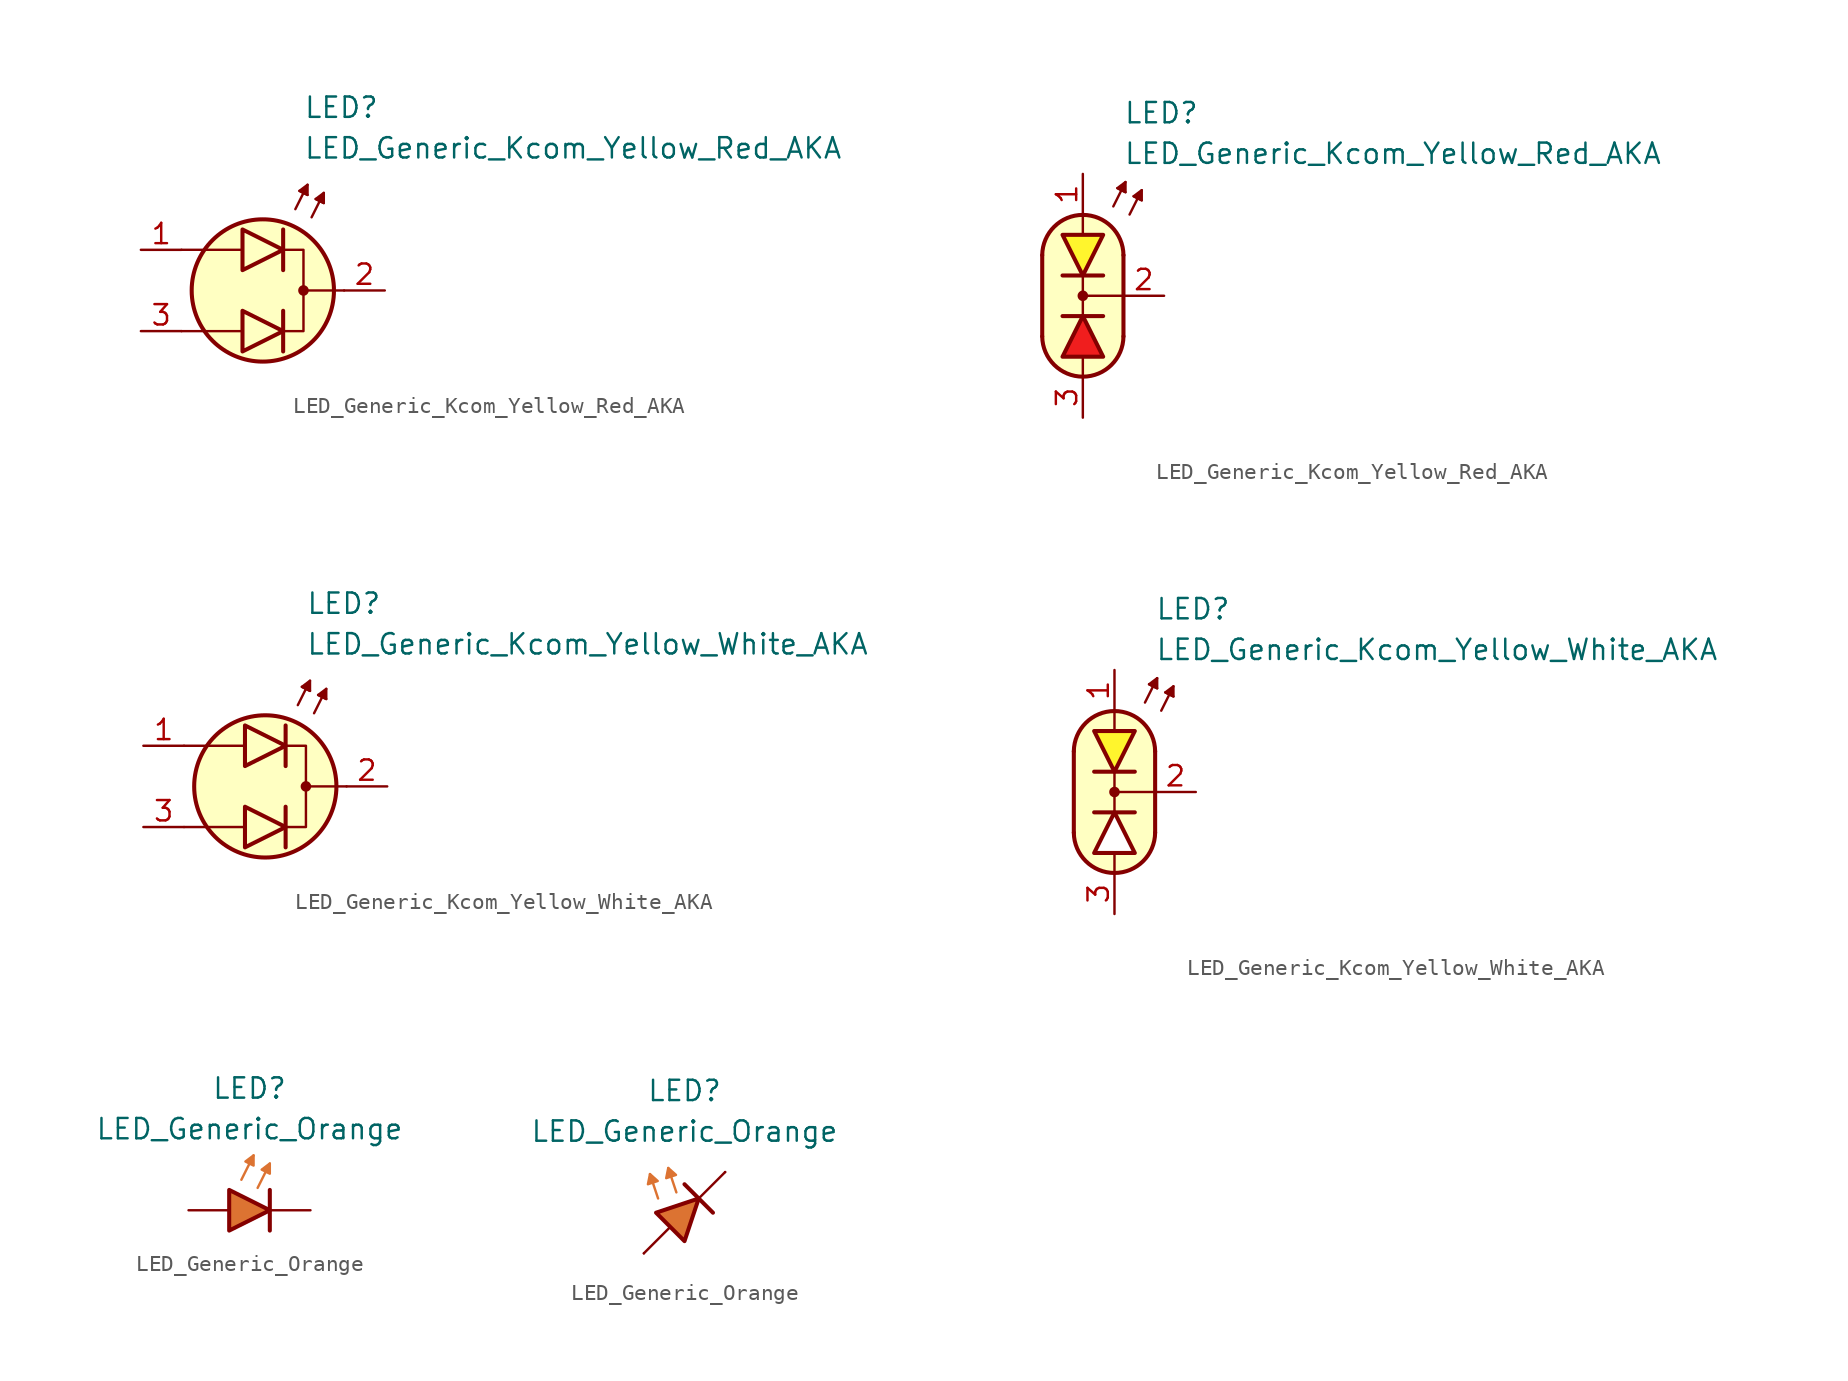
<source format=kicad_sym>
(kicad_symbol_lib
  (version 20231120)
  (generator "kicad_symbol_editor")
  (generator_version "8.0")
  (symbol "LED_Generic_Kcom_Yellow_Red_AKA"
    (pin_names
      (offset 1.016) hide)
    (property "Reference" "LED"
      (at 2.54 11.43 0)
      (effects (font (size 1.27 1.27)) (justify left)))
    (property "Value" "LED_Generic_Kcom_Yellow_Red_AKA"
      (at 2.54 8.89 0)
      (effects (font (size 1.27 1.27)) (justify left)))
    (symbol "LED_Generic_Kcom_Yellow_Red_AKA_0_1"
      (polyline (pts (xy -1.397 -2.54) (xy -5.08 -2.54)) (stroke (width 0.152) (type default)) (fill (type none)))
      (polyline (pts (xy -1.397 2.54) (xy -5.08 2.54)) (stroke (width 0.152) (type default)) (fill (type none)))
      (polyline (pts (xy 1.27 -1.27) (xy 1.27 -3.81)) (stroke (width 0.254) (type default)) (fill (type none)))
      (polyline (pts (xy 1.27 3.81) (xy 1.27 1.27)) (stroke (width 0.254) (type default)) (fill (type none)))
      (polyline (pts (xy 2.032 5.08) (xy 2.794 6.604)) (stroke (width 0.152) (type default)) (fill (type none)))
      (polyline (pts (xy 2.54 6.096) (xy 2.286 6.223)) (stroke (width 0.152) (type default)) (fill (type none)))
      (polyline (pts (xy 2.54 6.096) (xy 2.794 5.969)) (stroke (width 0.152) (type default)) (fill (type none)))
      (polyline (pts (xy 3.048 4.572) (xy 3.81 6.096)) (stroke (width 0.152) (type default)) (fill (type none)))
      (polyline (pts (xy 3.556 5.588) (xy 3.302 5.715)) (stroke (width 0.152) (type default)) (fill (type none)))
      (polyline (pts (xy 3.556 5.588) (xy 3.81 5.461)) (stroke (width 0.152) (type default)) (fill (type none)))
      (polyline (pts (xy 5.08 0) (xy 2.54 0)) (stroke (width 0.152) (type default)) (fill (type none)))
      (polyline (pts (xy -1.27 -1.27) (xy -1.27 -3.81) (xy 1.27 -2.54) (xy -1.27 -1.27)) (stroke (width 0.254) (type default)) (fill (type color) (color 240 30 30 1)))
      (polyline (pts (xy -1.27 3.81) (xy -1.27 1.27) (xy 1.27 2.54) (xy -1.27 3.81)) (stroke (width 0.254) (type default)) (fill (type color) (color 255 245 45 1)))
      (polyline (pts (xy 1.27 2.54) (xy 2.54 2.54) (xy 2.54 -2.54) (xy 1.27 -2.54)) (stroke (width 0.152) (type default)) (fill (type none)))
      (polyline (pts (xy 2.794 5.969) (xy 2.286 6.223) (xy 2.794 6.604) (xy 2.794 5.969)) (stroke (width 0.152) (type default)) (fill (type outline)))
      (polyline (pts (xy 3.81 5.461) (xy 3.302 5.715) (xy 3.81 6.096) (xy 3.81 5.461)) (stroke (width 0.152) (type default)) (fill (type outline)))
      (circle (center 0 0) (radius 4.445) (stroke (width 0.254) (type default)) (fill (type background)))
      (circle (center 2.54 0) (radius 0.254) (stroke (width 0) (type default)) (fill (type outline))))
    (symbol "LED_Generic_Kcom_Yellow_Red_AKA_0_2"
      (arc (start -2.54 -2.54) (mid 0 -5.0576) (end 2.54 -2.54) (stroke (width 0.254) (type default)) (fill (type none)))
      (polyline (pts (xy -2.54 2.54) (xy -2.54 -2.54)) (stroke (width 0.254) (type default)) (fill (type none)))
      (polyline (pts (xy -1.27 -1.27) (xy 1.27 -1.27)) (stroke (width 0.254) (type default)) (fill (type none)))
      (polyline (pts (xy 0 -5.08) (xy 0 -3.81)) (stroke (width 0) (type default)) (fill (type none)))
      (polyline (pts (xy 0 -1.27) (xy 0 1.27)) (stroke (width 0) (type default)) (fill (type none)))
      (polyline (pts (xy 0 5.08) (xy 0 3.81)) (stroke (width 0) (type default)) (fill (type none)))
      (polyline (pts (xy 1.27 1.27) (xy -1.27 1.27)) (stroke (width 0.254) (type default)) (fill (type none)))
      (polyline (pts (xy 1.905 5.588) (xy 2.667 7.112)) (stroke (width 0.152) (type default)) (fill (type none)))
      (polyline (pts (xy 2.413 6.604) (xy 2.159 6.731)) (stroke (width 0.152) (type default)) (fill (type none)))
      (polyline (pts (xy 2.413 6.604) (xy 2.667 6.477)) (stroke (width 0.152) (type default)) (fill (type none)))
      (polyline (pts (xy 2.54 -2.54) (xy 2.54 2.54)) (stroke (width 0.254) (type default)) (fill (type none)))
      (polyline (pts (xy 2.54 0) (xy 0 0)) (stroke (width 0) (type default)) (fill (type none)))
      (polyline (pts (xy 2.921 5.08) (xy 3.683 6.604)) (stroke (width 0.152) (type default)) (fill (type none)))
      (polyline (pts (xy 3.429 6.096) (xy 3.175 6.223)) (stroke (width 0.152) (type default)) (fill (type none)))
      (polyline (pts (xy 3.429 6.096) (xy 3.683 5.969)) (stroke (width 0.152) (type default)) (fill (type none)))
      (polyline (pts (xy 2.667 6.477) (xy 2.159 6.731) (xy 2.667 7.112) (xy 2.667 6.477)) (stroke (width 0.152) (type default)) (fill (type outline)))
      (polyline (pts (xy 3.683 5.969) (xy 3.175 6.223) (xy 3.683 6.604) (xy 3.683 5.969)) (stroke (width 0.152) (type default)) (fill (type outline)))
      (polyline (pts (xy 0 5.08) (xy 1.016 4.826) (xy 1.778 4.318) (xy 2.286 3.556) (xy 2.54 3.048) (xy 2.54 -2.794) (xy 2.286 -3.556) (xy 1.778 -4.318) (xy 1.016 -4.826) (xy 0.254 -5.08) (xy -0.254 -5.08) (xy -1.016 -4.826) (xy -1.524 -4.572) (xy -2.032 -4.064) (xy -2.286 -3.556) (xy -2.54 -2.794) (xy -2.54 2.794) (xy -2.286 3.556) (xy -2.032 4.064) (xy -1.524 4.572) (xy -1.016 4.826) (xy 0 5.08)) (stroke (width 0.01) (type default)) (fill (type background)))
      (circle (center 0 0) (radius 0.254) (stroke (width 0) (type default)) (fill (type outline)))
      (arc (start 2.54 2.54) (mid 0 5.0576) (end -2.54 2.54) (stroke (width 0.254) (type default)) (fill (type none))))
    (symbol "LED_Generic_Kcom_Yellow_Red_AKA_1_1"
      (pin passive line (at -7.62 2.54 0) (length 2.54) (name "A1" (effects (font (size 1.27 1.27)))) (number "1" (effects (font (size 1.27 1.27)))))
      (pin passive line (at 7.62 0 180) (length 2.54) (name "K" (effects (font (size 1.27 1.27)))) (number "2" (effects (font (size 1.27 1.27)))))
      (pin passive line (at -7.62 -2.54 0) (length 2.54) (name "A2" (effects (font (size 1.27 1.27)))) (number "3" (effects (font (size 1.27 1.27))))))
    (symbol "LED_Generic_Kcom_Yellow_Red_AKA_1_2"
      (polyline (pts (xy -1.27 -3.81) (xy 1.27 -3.81) (xy 0 -1.27) (xy -1.27 -3.81)) (stroke (width 0.254) (type default)) (fill (type color) (color 240 30 30 1)))
      (polyline (pts (xy 1.27 3.81) (xy -1.27 3.81) (xy 0 1.27) (xy 1.27 3.81)) (stroke (width 0.254) (type default)) (fill (type color) (color 255 245 45 1)))
      (pin passive line (at 0 7.62 270) (length 2.54) (name "A1" (effects (font (size 1.27 1.27)))) (number "1" (effects (font (size 1.27 1.27)))))
      (pin passive line (at 5.08 0 180) (length 2.54) (name "K" (effects (font (size 1.27 1.27)))) (number "2" (effects (font (size 1.27 1.27)))))
      (pin passive line (at 0 -7.62 90) (length 2.54) (name "A2" (effects (font (size 1.27 1.27)))) (number "3" (effects (font (size 1.27 1.27)))))))
  (symbol "LED_Generic_Kcom_Yellow_White_AKA"
    (pin_names
      (offset 1.016) hide)
    (property "Reference" "LED"
      (at 2.54 11.43 0)
      (effects (font (size 1.27 1.27)) (justify left)))
    (property "Value" "LED_Generic_Kcom_Yellow_White_AKA"
      (at 2.54 8.89 0)
      (effects (font (size 1.27 1.27)) (justify left)))
    (symbol "LED_Generic_Kcom_Yellow_White_AKA_0_1"
      (polyline (pts (xy -1.397 -2.54) (xy -5.08 -2.54)) (stroke (width 0.152) (type default)) (fill (type none)))
      (polyline (pts (xy -1.397 2.54) (xy -5.08 2.54)) (stroke (width 0.152) (type default)) (fill (type none)))
      (polyline (pts (xy 1.27 -1.27) (xy 1.27 -3.81)) (stroke (width 0.254) (type default)) (fill (type none)))
      (polyline (pts (xy 1.27 3.81) (xy 1.27 1.27)) (stroke (width 0.254) (type default)) (fill (type none)))
      (polyline (pts (xy 2.032 5.08) (xy 2.794 6.604)) (stroke (width 0.152) (type default)) (fill (type none)))
      (polyline (pts (xy 2.54 6.096) (xy 2.286 6.223)) (stroke (width 0.152) (type default)) (fill (type none)))
      (polyline (pts (xy 2.54 6.096) (xy 2.794 5.969)) (stroke (width 0.152) (type default)) (fill (type none)))
      (polyline (pts (xy 3.048 4.572) (xy 3.81 6.096)) (stroke (width 0.152) (type default)) (fill (type none)))
      (polyline (pts (xy 3.556 5.588) (xy 3.302 5.715)) (stroke (width 0.152) (type default)) (fill (type none)))
      (polyline (pts (xy 3.556 5.588) (xy 3.81 5.461)) (stroke (width 0.152) (type default)) (fill (type none)))
      (polyline (pts (xy 5.08 0) (xy 2.54 0)) (stroke (width 0.152) (type default)) (fill (type none)))
      (polyline (pts (xy -1.27 -1.27) (xy -1.27 -3.81) (xy 1.27 -2.54) (xy -1.27 -1.27)) (stroke (width 0.254) (type default)) (fill (type color) (color 255 255 255 1)))
      (polyline (pts (xy -1.27 3.81) (xy -1.27 1.27) (xy 1.27 2.54) (xy -1.27 3.81)) (stroke (width 0.254) (type default)) (fill (type color) (color 255 245 45 1)))
      (polyline (pts (xy 1.27 2.54) (xy 2.54 2.54) (xy 2.54 -2.54) (xy 1.27 -2.54)) (stroke (width 0.152) (type default)) (fill (type none)))
      (polyline (pts (xy 2.794 5.969) (xy 2.286 6.223) (xy 2.794 6.604) (xy 2.794 5.969)) (stroke (width 0.152) (type default)) (fill (type outline)))
      (polyline (pts (xy 3.81 5.461) (xy 3.302 5.715) (xy 3.81 6.096) (xy 3.81 5.461)) (stroke (width 0.152) (type default)) (fill (type outline)))
      (circle (center 0 0) (radius 4.445) (stroke (width 0.254) (type default)) (fill (type background)))
      (circle (center 2.54 0) (radius 0.254) (stroke (width 0) (type default)) (fill (type outline))))
    (symbol "LED_Generic_Kcom_Yellow_White_AKA_0_2"
      (arc (start -2.54 -2.54) (mid 0 -5.0576) (end 2.54 -2.54) (stroke (width 0.254) (type default)) (fill (type none)))
      (polyline (pts (xy -2.54 2.54) (xy -2.54 -2.54)) (stroke (width 0.254) (type default)) (fill (type none)))
      (polyline (pts (xy -1.27 -1.27) (xy 1.27 -1.27)) (stroke (width 0.254) (type default)) (fill (type none)))
      (polyline (pts (xy 0 -5.08) (xy 0 -3.81)) (stroke (width 0) (type default)) (fill (type none)))
      (polyline (pts (xy 0 -1.27) (xy 0 1.27)) (stroke (width 0) (type default)) (fill (type none)))
      (polyline (pts (xy 0 5.08) (xy 0 3.81)) (stroke (width 0) (type default)) (fill (type none)))
      (polyline (pts (xy 1.27 1.27) (xy -1.27 1.27)) (stroke (width 0.254) (type default)) (fill (type none)))
      (polyline (pts (xy 1.905 5.588) (xy 2.667 7.112)) (stroke (width 0.152) (type default)) (fill (type none)))
      (polyline (pts (xy 2.413 6.604) (xy 2.159 6.731)) (stroke (width 0.152) (type default)) (fill (type none)))
      (polyline (pts (xy 2.413 6.604) (xy 2.667 6.477)) (stroke (width 0.152) (type default)) (fill (type none)))
      (polyline (pts (xy 2.54 -2.54) (xy 2.54 2.54)) (stroke (width 0.254) (type default)) (fill (type none)))
      (polyline (pts (xy 2.54 0) (xy 0 0)) (stroke (width 0) (type default)) (fill (type none)))
      (polyline (pts (xy 2.921 5.08) (xy 3.683 6.604)) (stroke (width 0.152) (type default)) (fill (type none)))
      (polyline (pts (xy 3.429 6.096) (xy 3.175 6.223)) (stroke (width 0.152) (type default)) (fill (type none)))
      (polyline (pts (xy 3.429 6.096) (xy 3.683 5.969)) (stroke (width 0.152) (type default)) (fill (type none)))
      (polyline (pts (xy 2.667 6.477) (xy 2.159 6.731) (xy 2.667 7.112) (xy 2.667 6.477)) (stroke (width 0.152) (type default)) (fill (type outline)))
      (polyline (pts (xy 3.683 5.969) (xy 3.175 6.223) (xy 3.683 6.604) (xy 3.683 5.969)) (stroke (width 0.152) (type default)) (fill (type outline)))
      (polyline (pts (xy 0 5.08) (xy 1.016 4.826) (xy 1.778 4.318) (xy 2.286 3.556) (xy 2.54 3.048) (xy 2.54 -2.794) (xy 2.286 -3.556) (xy 1.778 -4.318) (xy 1.016 -4.826) (xy 0.254 -5.08) (xy -0.254 -5.08) (xy -1.016 -4.826) (xy -1.524 -4.572) (xy -2.032 -4.064) (xy -2.286 -3.556) (xy -2.54 -2.794) (xy -2.54 2.794) (xy -2.286 3.556) (xy -2.032 4.064) (xy -1.524 4.572) (xy -1.016 4.826) (xy 0 5.08)) (stroke (width 0.01) (type default)) (fill (type background)))
      (circle (center 0 0) (radius 0.254) (stroke (width 0) (type default)) (fill (type outline)))
      (arc (start 2.54 2.54) (mid 0 5.0576) (end -2.54 2.54) (stroke (width 0.254) (type default)) (fill (type none))))
    (symbol "LED_Generic_Kcom_Yellow_White_AKA_1_1"
      (pin passive line (at -7.62 2.54 0) (length 2.54) (name "A1" (effects (font (size 1.27 1.27)))) (number "1" (effects (font (size 1.27 1.27)))))
      (pin passive line (at 7.62 0 180) (length 2.54) (name "K" (effects (font (size 1.27 1.27)))) (number "2" (effects (font (size 1.27 1.27)))))
      (pin passive line (at -7.62 -2.54 0) (length 2.54) (name "A2" (effects (font (size 1.27 1.27)))) (number "3" (effects (font (size 1.27 1.27))))))
    (symbol "LED_Generic_Kcom_Yellow_White_AKA_1_2"
      (polyline (pts (xy -1.27 -3.81) (xy 1.27 -3.81) (xy 0 -1.27) (xy -1.27 -3.81)) (stroke (width 0.254) (type default)) (fill (type color) (color 255 255 255 1)))
      (polyline (pts (xy 1.27 3.81) (xy -1.27 3.81) (xy 0 1.27) (xy 1.27 3.81)) (stroke (width 0.254) (type default)) (fill (type color) (color 255 245 45 1)))
      (pin passive line (at 0 7.62 270) (length 2.54) (name "A1" (effects (font (size 1.27 1.27)))) (number "1" (effects (font (size 1.27 1.27)))))
      (pin passive line (at 5.08 0 180) (length 2.54) (name "K" (effects (font (size 1.27 1.27)))) (number "2" (effects (font (size 1.27 1.27)))))
      (pin passive line (at 0 -7.62 90) (length 2.54) (name "A2" (effects (font (size 1.27 1.27)))) (number "3" (effects (font (size 1.27 1.27)))))))
  (symbol "LED_Generic_Orange"
    (pin_numbers hide)
    (pin_names
      (offset 1.016) hide)
    (property "Reference" "LED"
      (at 0 7.62 0)
      (effects (font (size 1.27 1.27))))
    (property "Value" "LED_Generic_Orange"
      (at 0 5.08 0)
      (effects (font (size 1.27 1.27))))
    (symbol "LED_Generic_Orange_0_1"
      (polyline (pts (xy -0.508 1.905) (xy 0.254 3.429)) (stroke (width 0.152) (type default) (color 220 115 50 1)) (fill (type none)))
      (polyline (pts (xy 0.508 1.397) (xy 1.27 2.921)) (stroke (width 0.152) (type default) (color 220 115 50 1)) (fill (type none)))
      (polyline (pts (xy 1.27 1.27) (xy 1.27 -1.27)) (stroke (width 0.254) (type default)) (fill (type none)))
      (polyline (pts (xy -1.27 1.27) (xy -1.27 -1.27) (xy 1.27 0) (xy -1.27 1.27)) (stroke (width 0.254) (type default)) (fill (type color) (color 220 115 50 1)))
      (polyline (pts (xy 1.27 2.286) (xy 0.762 2.54) (xy 1.27 2.921) (xy 1.27 2.286)) (stroke (width 0.152) (type default) (color 220 115 50 1)) (fill (type outline))))
    (symbol "LED_Generic_Orange_0_2"
      (polyline (pts (xy -2.54 -2.54) (xy -0.889 -0.889)) (stroke (width 0) (type default)) (fill (type none)))
      (polyline (pts (xy -1.651 0.889) (xy -2.159 2.413)) (stroke (width 0) (type default) (color 220 115 50 1)) (fill (type none)))
      (polyline (pts (xy -0.508 1.27) (xy -1.016 2.794)) (stroke (width 0) (type default) (color 220 115 50 1)) (fill (type none)))
      (polyline (pts (xy 0 1.778) (xy 1.778 0)) (stroke (width 0.254) (type default)) (fill (type none)))
      (polyline (pts (xy 0.889 0.889) (xy 2.54 2.54)) (stroke (width 0) (type default)) (fill (type none)))
      (polyline (pts (xy -0.889 -0.889) (xy -1.778 0) (xy 0.889 0.889) (xy 0 -1.778) (xy -0.889 -0.889)) (stroke (width 0.254) (type default)) (fill (type color) (color 220 115 50 1))))
    (symbol "LED_Generic_Orange_1_1"
      (polyline (pts (xy 0.254 2.794) (xy -0.254 3.048) (xy 0.254 3.429) (xy 0.254 2.794)) (stroke (width 0) (type solid) (color 220 115 50 1)) (fill (type outline)))
      (pin passive line (at 3.81 0 180) (length 2.54) (name "K" (effects (font (size 1.27 1.27)))) (number "1" (effects (font (size 1.27 1.27)))))
      (pin passive line (at -3.81 0 0) (length 2.54) (name "A" (effects (font (size 1.27 1.27)))) (number "2" (effects (font (size 1.27 1.27))))))
    (symbol "LED_Generic_Orange_1_2"
      (polyline (pts (xy -2.159 2.413) (xy -2.286 1.778) (xy -1.676 1.981) (xy -2.159 2.413)) (stroke (width 0) (type default) (color 220 115 50 1)) (fill (type outline)))
      (polyline (pts (xy -1.016 2.794) (xy -1.143 2.159) (xy -0.533 2.362) (xy -1.016 2.794)) (stroke (width 0) (type default) (color 220 115 50 1)) (fill (type outline)))
      (pin passive line (at 2.54 2.54 180) (length 0) (name "K" (effects (font (size 1.27 1.27)))) (number "1" (effects (font (size 1.27 1.27)))))
      (pin passive line (at -2.54 -2.54 0) (length 0) (name "A" (effects (font (size 1.27 1.27)))) (number "2" (effects (font (size 1.27 1.27))))))))
</source>
